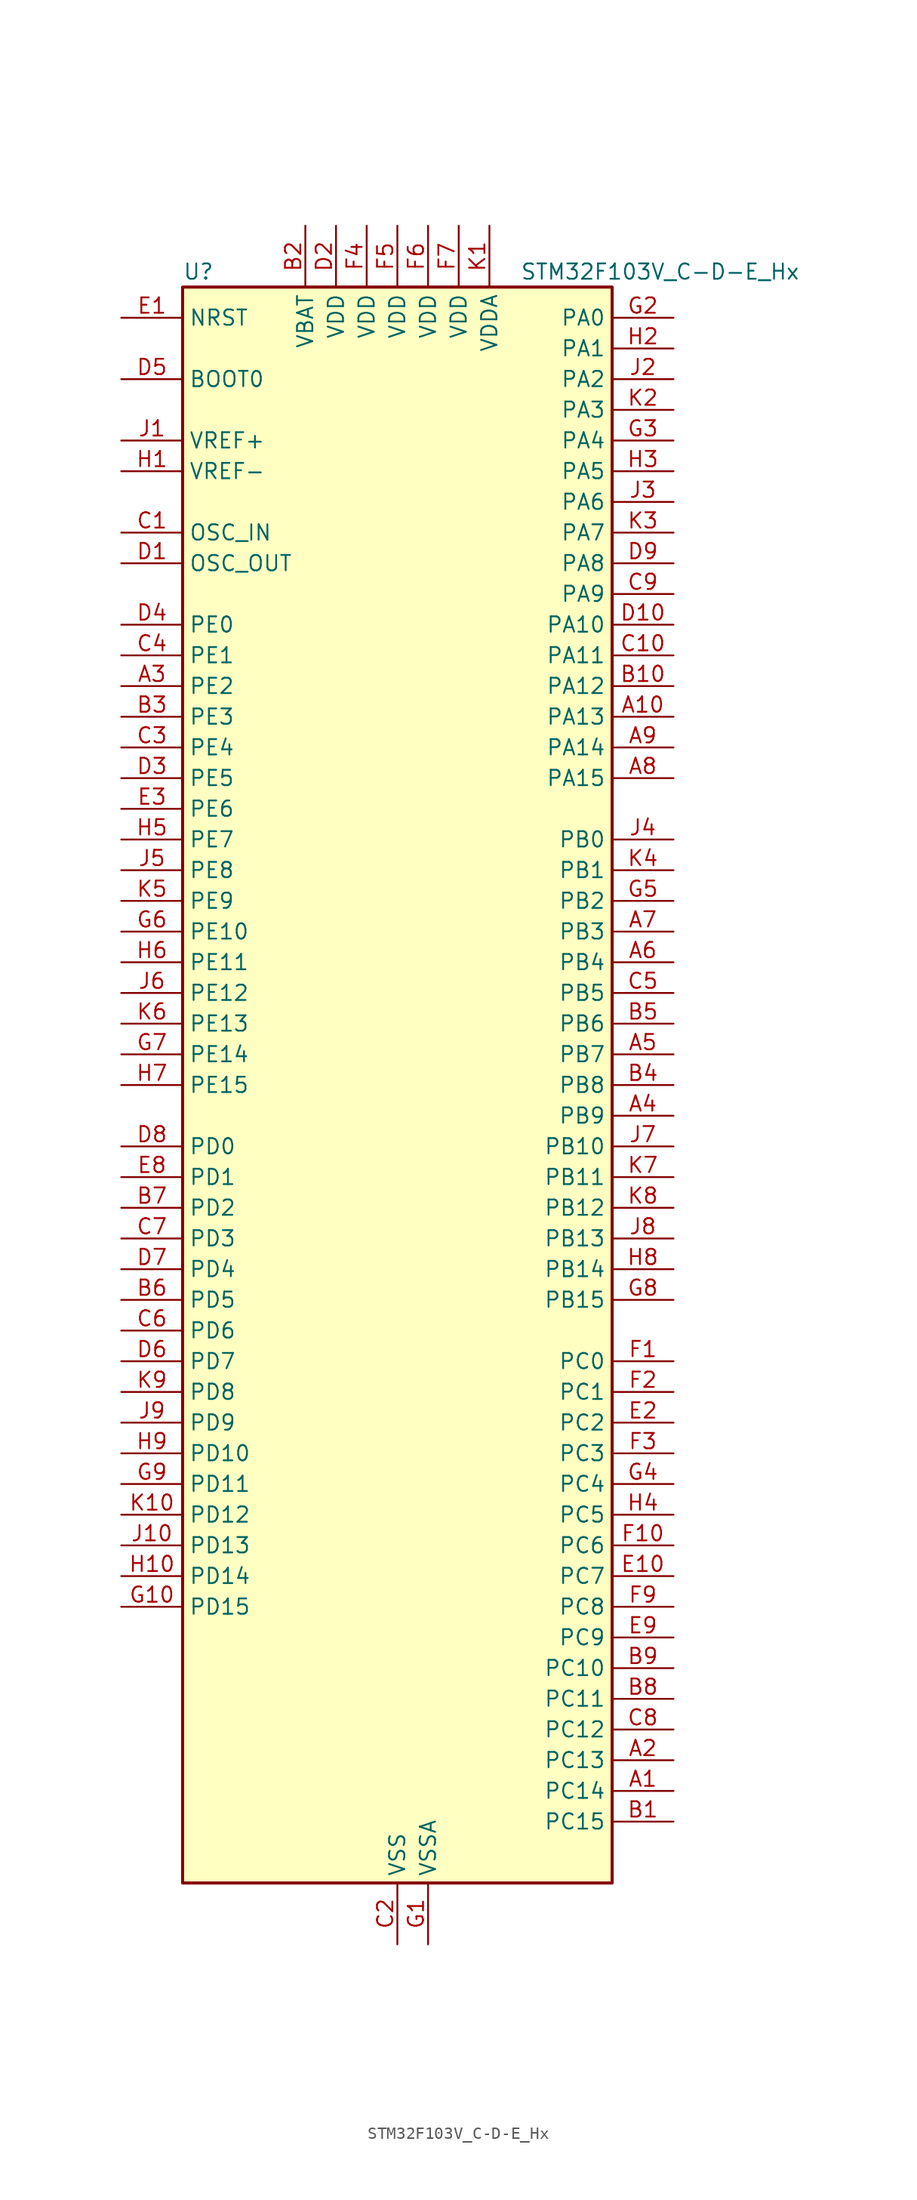
<source format=kicad_sym>
(kicad_symbol_lib
  (version 20220914)
  (generator kicad_symbol_editor)
  (symbol "STM32F103V_C-D-E_Hx"
    (property "Reference" "U"
      (at -17.78 67.31 0)
      (effects (font (size 1.27 1.27)) (justify left)))
    (property "Value" "STM32F103V_C-D-E_Hx"
      (at 10.16 67.31 0)
      (effects (font (size 1.27 1.27)) (justify left)))
    (property "ki_locked" ""
      (at 0 0 0)
      (effects (font (size 1.27 1.27))))
    (symbol "STM32F103V_C-D-E_Hx_0_1"
      (rectangle (start -17.78 -66.04) (end 17.78 66.04) (stroke (width 0.254) (type default)) (fill (type background))))
    (symbol "STM32F103V_C-D-E_Hx_1_1"
      (pin bidirectional line (at 22.86 -58.42 180) (length 5.08) (name "PC14" (effects (font (size 1.27 1.27)))) (number "A1" (effects (font (size 1.27 1.27)))) (alternate "RCC_OSC32_IN" bidirectional line))
      (pin bidirectional line (at 22.86 30.48 180) (length 5.08) (name "PA13" (effects (font (size 1.27 1.27)))) (number "A10" (effects (font (size 1.27 1.27)))) (alternate "SYS_JTMS-SWDIO" bidirectional line))
      (pin bidirectional line (at 22.86 -55.88 180) (length 5.08) (name "PC13" (effects (font (size 1.27 1.27)))) (number "A2" (effects (font (size 1.27 1.27)))) (alternate "RTC_OUT" bidirectional line) (alternate "RTC_TAMPER" bidirectional line))
      (pin bidirectional line (at -22.86 33.02 0) (length 5.08) (name "PE2" (effects (font (size 1.27 1.27)))) (number "A3" (effects (font (size 1.27 1.27)))) (alternate "FSMC_A23" bidirectional line) (alternate "SYS_TRACECLK" bidirectional line))
      (pin bidirectional line (at 22.86 -2.54 180) (length 5.08) (name "PB9" (effects (font (size 1.27 1.27)))) (number "A4" (effects (font (size 1.27 1.27)))) (alternate "CAN_TX" bidirectional line) (alternate "DAC_EXTI9" bidirectional line) (alternate "I2C1_SDA" bidirectional line) (alternate "SDIO_D5" bidirectional line) (alternate "TIM4_CH4" bidirectional line))
      (pin bidirectional line (at 22.86 2.54 180) (length 5.08) (name "PB7" (effects (font (size 1.27 1.27)))) (number "A5" (effects (font (size 1.27 1.27)))) (alternate "FSMC_NL" bidirectional line) (alternate "I2C1_SDA" bidirectional line) (alternate "TIM4_CH2" bidirectional line) (alternate "USART1_RX" bidirectional line))
      (pin bidirectional line (at 22.86 10.16 180) (length 5.08) (name "PB4" (effects (font (size 1.27 1.27)))) (number "A6" (effects (font (size 1.27 1.27)))) (alternate "SPI1_MISO" bidirectional line) (alternate "SPI3_MISO" bidirectional line) (alternate "SYS_NJTRST" bidirectional line) (alternate "TIM3_CH1" bidirectional line))
      (pin bidirectional line (at 22.86 12.7 180) (length 5.08) (name "PB3" (effects (font (size 1.27 1.27)))) (number "A7" (effects (font (size 1.27 1.27)))) (alternate "I2S3_CK" bidirectional line) (alternate "SPI1_SCK" bidirectional line) (alternate "SPI3_SCK" bidirectional line) (alternate "SYS_JTDO-TRACESWO" bidirectional line) (alternate "TIM2_CH2" bidirectional line))
      (pin bidirectional line (at 22.86 25.4 180) (length 5.08) (name "PA15" (effects (font (size 1.27 1.27)))) (number "A8" (effects (font (size 1.27 1.27)))) (alternate "ADC1_EXTI15" bidirectional line) (alternate "ADC2_EXTI15" bidirectional line) (alternate "I2S3_WS" bidirectional line) (alternate "SPI1_NSS" bidirectional line) (alternate "SPI3_NSS" bidirectional line) (alternate "SYS_JTDI" bidirectional line) (alternate "TIM2_CH1" bidirectional line) (alternate "TIM2_ETR" bidirectional line))
      (pin bidirectional line (at 22.86 27.94 180) (length 5.08) (name "PA14" (effects (font (size 1.27 1.27)))) (number "A9" (effects (font (size 1.27 1.27)))) (alternate "SYS_JTCK-SWCLK" bidirectional line))
      (pin bidirectional line (at 22.86 -60.96 180) (length 5.08) (name "PC15" (effects (font (size 1.27 1.27)))) (number "B1" (effects (font (size 1.27 1.27)))) (alternate "ADC1_EXTI15" bidirectional line) (alternate "ADC2_EXTI15" bidirectional line) (alternate "RCC_OSC32_OUT" bidirectional line))
      (pin bidirectional line (at 22.86 33.02 180) (length 5.08) (name "PA12" (effects (font (size 1.27 1.27)))) (number "B10" (effects (font (size 1.27 1.27)))) (alternate "CAN_TX" bidirectional line) (alternate "TIM1_ETR" bidirectional line) (alternate "USART1_RTS" bidirectional line) (alternate "USB_DP" bidirectional line))
      (pin power_in line (at -7.62 71.12 270) (length 5.08) (name "VBAT" (effects (font (size 1.27 1.27)))) (number "B2" (effects (font (size 1.27 1.27)))))
      (pin bidirectional line (at -22.86 30.48 0) (length 5.08) (name "PE3" (effects (font (size 1.27 1.27)))) (number "B3" (effects (font (size 1.27 1.27)))) (alternate "FSMC_A19" bidirectional line) (alternate "SYS_TRACED0" bidirectional line))
      (pin bidirectional line (at 22.86 0 180) (length 5.08) (name "PB8" (effects (font (size 1.27 1.27)))) (number "B4" (effects (font (size 1.27 1.27)))) (alternate "CAN_RX" bidirectional line) (alternate "I2C1_SCL" bidirectional line) (alternate "SDIO_D4" bidirectional line) (alternate "TIM4_CH3" bidirectional line))
      (pin bidirectional line (at 22.86 5.08 180) (length 5.08) (name "PB6" (effects (font (size 1.27 1.27)))) (number "B5" (effects (font (size 1.27 1.27)))) (alternate "I2C1_SCL" bidirectional line) (alternate "TIM4_CH1" bidirectional line) (alternate "USART1_TX" bidirectional line))
      (pin bidirectional line (at -22.86 -17.78 0) (length 5.08) (name "PD5" (effects (font (size 1.27 1.27)))) (number "B6" (effects (font (size 1.27 1.27)))) (alternate "FSMC_NWE" bidirectional line) (alternate "USART2_TX" bidirectional line))
      (pin bidirectional line (at -22.86 -10.16 0) (length 5.08) (name "PD2" (effects (font (size 1.27 1.27)))) (number "B7" (effects (font (size 1.27 1.27)))) (alternate "SDIO_CMD" bidirectional line) (alternate "TIM3_ETR" bidirectional line) (alternate "UART5_RX" bidirectional line))
      (pin bidirectional line (at 22.86 -50.8 180) (length 5.08) (name "PC11" (effects (font (size 1.27 1.27)))) (number "B8" (effects (font (size 1.27 1.27)))) (alternate "ADC1_EXTI11" bidirectional line) (alternate "ADC2_EXTI11" bidirectional line) (alternate "SDIO_D3" bidirectional line) (alternate "UART4_RX" bidirectional line) (alternate "USART3_RX" bidirectional line))
      (pin bidirectional line (at 22.86 -48.26 180) (length 5.08) (name "PC10" (effects (font (size 1.27 1.27)))) (number "B9" (effects (font (size 1.27 1.27)))) (alternate "SDIO_D2" bidirectional line) (alternate "UART4_TX" bidirectional line) (alternate "USART3_TX" bidirectional line))
      (pin input line (at -22.86 45.72 0) (length 5.08) (name "OSC_IN" (effects (font (size 1.27 1.27)))) (number "C1" (effects (font (size 1.27 1.27)))) (alternate "RCC_OSC_IN" bidirectional line))
      (pin bidirectional line (at 22.86 35.56 180) (length 5.08) (name "PA11" (effects (font (size 1.27 1.27)))) (number "C10" (effects (font (size 1.27 1.27)))) (alternate "ADC1_EXTI11" bidirectional line) (alternate "ADC2_EXTI11" bidirectional line) (alternate "CAN_RX" bidirectional line) (alternate "TIM1_CH4" bidirectional line) (alternate "USART1_CTS" bidirectional line) (alternate "USB_DM" bidirectional line))
      (pin power_in line (at 0 -71.12 90) (length 5.08) (name "VSS" (effects (font (size 1.27 1.27)))) (number "C2" (effects (font (size 1.27 1.27)))))
      (pin bidirectional line (at -22.86 27.94 0) (length 5.08) (name "PE4" (effects (font (size 1.27 1.27)))) (number "C3" (effects (font (size 1.27 1.27)))) (alternate "FSMC_A20" bidirectional line) (alternate "SYS_TRACED1" bidirectional line))
      (pin bidirectional line (at -22.86 35.56 0) (length 5.08) (name "PE1" (effects (font (size 1.27 1.27)))) (number "C4" (effects (font (size 1.27 1.27)))) (alternate "FSMC_NBL1" bidirectional line))
      (pin bidirectional line (at 22.86 7.62 180) (length 5.08) (name "PB5" (effects (font (size 1.27 1.27)))) (number "C5" (effects (font (size 1.27 1.27)))) (alternate "I2C1_SMBA" bidirectional line) (alternate "I2S3_SD" bidirectional line) (alternate "SPI1_MOSI" bidirectional line) (alternate "SPI3_MOSI" bidirectional line) (alternate "TIM3_CH2" bidirectional line))
      (pin bidirectional line (at -22.86 -20.32 0) (length 5.08) (name "PD6" (effects (font (size 1.27 1.27)))) (number "C6" (effects (font (size 1.27 1.27)))) (alternate "FSMC_NWAIT" bidirectional line) (alternate "USART2_RX" bidirectional line))
      (pin bidirectional line (at -22.86 -12.7 0) (length 5.08) (name "PD3" (effects (font (size 1.27 1.27)))) (number "C7" (effects (font (size 1.27 1.27)))) (alternate "FSMC_CLK" bidirectional line) (alternate "USART2_CTS" bidirectional line))
      (pin bidirectional line (at 22.86 -53.34 180) (length 5.08) (name "PC12" (effects (font (size 1.27 1.27)))) (number "C8" (effects (font (size 1.27 1.27)))) (alternate "SDIO_CK" bidirectional line) (alternate "UART5_TX" bidirectional line) (alternate "USART3_CK" bidirectional line))
      (pin bidirectional line (at 22.86 40.64 180) (length 5.08) (name "PA9" (effects (font (size 1.27 1.27)))) (number "C9" (effects (font (size 1.27 1.27)))) (alternate "DAC_EXTI9" bidirectional line) (alternate "TIM1_CH2" bidirectional line) (alternate "USART1_TX" bidirectional line))
      (pin input line (at -22.86 43.18 0) (length 5.08) (name "OSC_OUT" (effects (font (size 1.27 1.27)))) (number "D1" (effects (font (size 1.27 1.27)))) (alternate "RCC_OSC_OUT" bidirectional line))
      (pin bidirectional line (at 22.86 38.1 180) (length 5.08) (name "PA10" (effects (font (size 1.27 1.27)))) (number "D10" (effects (font (size 1.27 1.27)))) (alternate "TIM1_CH3" bidirectional line) (alternate "USART1_RX" bidirectional line))
      (pin power_in line (at -5.08 71.12 270) (length 5.08) (name "VDD" (effects (font (size 1.27 1.27)))) (number "D2" (effects (font (size 1.27 1.27)))))
      (pin bidirectional line (at -22.86 25.4 0) (length 5.08) (name "PE5" (effects (font (size 1.27 1.27)))) (number "D3" (effects (font (size 1.27 1.27)))) (alternate "FSMC_A21" bidirectional line) (alternate "SYS_TRACED2" bidirectional line))
      (pin bidirectional line (at -22.86 38.1 0) (length 5.08) (name "PE0" (effects (font (size 1.27 1.27)))) (number "D4" (effects (font (size 1.27 1.27)))) (alternate "FSMC_NBL0" bidirectional line) (alternate "TIM4_ETR" bidirectional line))
      (pin input line (at -22.86 58.42 0) (length 5.08) (name "BOOT0" (effects (font (size 1.27 1.27)))) (number "D5" (effects (font (size 1.27 1.27)))))
      (pin bidirectional line (at -22.86 -22.86 0) (length 5.08) (name "PD7" (effects (font (size 1.27 1.27)))) (number "D6" (effects (font (size 1.27 1.27)))) (alternate "FSMC_NCE2" bidirectional line) (alternate "FSMC_NE1" bidirectional line) (alternate "USART2_CK" bidirectional line))
      (pin bidirectional line (at -22.86 -15.24 0) (length 5.08) (name "PD4" (effects (font (size 1.27 1.27)))) (number "D7" (effects (font (size 1.27 1.27)))) (alternate "FSMC_NOE" bidirectional line) (alternate "USART2_RTS" bidirectional line))
      (pin bidirectional line (at -22.86 -5.08 0) (length 5.08) (name "PD0" (effects (font (size 1.27 1.27)))) (number "D8" (effects (font (size 1.27 1.27)))) (alternate "CAN_RX" bidirectional line) (alternate "FSMC_D2" bidirectional line) (alternate "FSMC_DA2" bidirectional line))
      (pin bidirectional line (at 22.86 43.18 180) (length 5.08) (name "PA8" (effects (font (size 1.27 1.27)))) (number "D9" (effects (font (size 1.27 1.27)))) (alternate "RCC_MCO" bidirectional line) (alternate "TIM1_CH1" bidirectional line) (alternate "USART1_CK" bidirectional line))
      (pin input line (at -22.86 63.5 0) (length 5.08) (name "NRST" (effects (font (size 1.27 1.27)))) (number "E1" (effects (font (size 1.27 1.27)))))
      (pin bidirectional line (at 22.86 -40.64 180) (length 5.08) (name "PC7" (effects (font (size 1.27 1.27)))) (number "E10" (effects (font (size 1.27 1.27)))) (alternate "I2S3_MCK" bidirectional line) (alternate "SDIO_D7" bidirectional line) (alternate "TIM3_CH2" bidirectional line) (alternate "TIM8_CH2" bidirectional line))
      (pin bidirectional line (at 22.86 -27.94 180) (length 5.08) (name "PC2" (effects (font (size 1.27 1.27)))) (number "E2" (effects (font (size 1.27 1.27)))) (alternate "ADC1_IN12" bidirectional line) (alternate "ADC2_IN12" bidirectional line) (alternate "ADC3_IN12" bidirectional line))
      (pin bidirectional line (at -22.86 22.86 0) (length 5.08) (name "PE6" (effects (font (size 1.27 1.27)))) (number "E3" (effects (font (size 1.27 1.27)))) (alternate "FSMC_A22" bidirectional line) (alternate "SYS_TRACED3" bidirectional line))
      (pin passive line (at 0 -71.12 90) (length 5.08) hide (name "VSS" (effects (font (size 1.27 1.27)))) (number "E4" (effects (font (size 1.27 1.27)))))
      (pin passive line (at 0 -71.12 90) (length 5.08) hide (name "VSS" (effects (font (size 1.27 1.27)))) (number "E5" (effects (font (size 1.27 1.27)))))
      (pin passive line (at 0 -71.12 90) (length 5.08) hide (name "VSS" (effects (font (size 1.27 1.27)))) (number "E6" (effects (font (size 1.27 1.27)))))
      (pin passive line (at 0 -71.12 90) (length 5.08) hide (name "VSS" (effects (font (size 1.27 1.27)))) (number "E7" (effects (font (size 1.27 1.27)))))
      (pin bidirectional line (at -22.86 -7.62 0) (length 5.08) (name "PD1" (effects (font (size 1.27 1.27)))) (number "E8" (effects (font (size 1.27 1.27)))) (alternate "CAN_TX" bidirectional line) (alternate "FSMC_D3" bidirectional line) (alternate "FSMC_DA3" bidirectional line))
      (pin bidirectional line (at 22.86 -45.72 180) (length 5.08) (name "PC9" (effects (font (size 1.27 1.27)))) (number "E9" (effects (font (size 1.27 1.27)))) (alternate "DAC_EXTI9" bidirectional line) (alternate "SDIO_D1" bidirectional line) (alternate "TIM3_CH4" bidirectional line) (alternate "TIM8_CH4" bidirectional line))
      (pin bidirectional line (at 22.86 -22.86 180) (length 5.08) (name "PC0" (effects (font (size 1.27 1.27)))) (number "F1" (effects (font (size 1.27 1.27)))) (alternate "ADC1_IN10" bidirectional line) (alternate "ADC2_IN10" bidirectional line) (alternate "ADC3_IN10" bidirectional line))
      (pin bidirectional line (at 22.86 -38.1 180) (length 5.08) (name "PC6" (effects (font (size 1.27 1.27)))) (number "F10" (effects (font (size 1.27 1.27)))) (alternate "I2S2_MCK" bidirectional line) (alternate "SDIO_D6" bidirectional line) (alternate "TIM3_CH1" bidirectional line) (alternate "TIM8_CH1" bidirectional line))
      (pin bidirectional line (at 22.86 -25.4 180) (length 5.08) (name "PC1" (effects (font (size 1.27 1.27)))) (number "F2" (effects (font (size 1.27 1.27)))) (alternate "ADC1_IN11" bidirectional line) (alternate "ADC2_IN11" bidirectional line) (alternate "ADC3_IN11" bidirectional line))
      (pin bidirectional line (at 22.86 -30.48 180) (length 5.08) (name "PC3" (effects (font (size 1.27 1.27)))) (number "F3" (effects (font (size 1.27 1.27)))) (alternate "ADC1_IN13" bidirectional line) (alternate "ADC2_IN13" bidirectional line) (alternate "ADC3_IN13" bidirectional line))
      (pin power_in line (at -2.54 71.12 270) (length 5.08) (name "VDD" (effects (font (size 1.27 1.27)))) (number "F4" (effects (font (size 1.27 1.27)))))
      (pin power_in line (at 0 71.12 270) (length 5.08) (name "VDD" (effects (font (size 1.27 1.27)))) (number "F5" (effects (font (size 1.27 1.27)))))
      (pin power_in line (at 2.54 71.12 270) (length 5.08) (name "VDD" (effects (font (size 1.27 1.27)))) (number "F6" (effects (font (size 1.27 1.27)))))
      (pin power_in line (at 5.08 71.12 270) (length 5.08) (name "VDD" (effects (font (size 1.27 1.27)))) (number "F7" (effects (font (size 1.27 1.27)))))
      (pin no_connect line (at -17.78 -66.04 0) (length 5.08) hide (name "NC" (effects (font (size 1.27 1.27)))) (number "F8" (effects (font (size 1.27 1.27)))))
      (pin bidirectional line (at 22.86 -43.18 180) (length 5.08) (name "PC8" (effects (font (size 1.27 1.27)))) (number "F9" (effects (font (size 1.27 1.27)))) (alternate "SDIO_D0" bidirectional line) (alternate "TIM3_CH3" bidirectional line) (alternate "TIM8_CH3" bidirectional line))
      (pin power_in line (at 2.54 -71.12 90) (length 5.08) (name "VSSA" (effects (font (size 1.27 1.27)))) (number "G1" (effects (font (size 1.27 1.27)))))
      (pin bidirectional line (at -22.86 -43.18 0) (length 5.08) (name "PD15" (effects (font (size 1.27 1.27)))) (number "G10" (effects (font (size 1.27 1.27)))) (alternate "ADC1_EXTI15" bidirectional line) (alternate "ADC2_EXTI15" bidirectional line) (alternate "FSMC_D1" bidirectional line) (alternate "FSMC_DA1" bidirectional line) (alternate "TIM4_CH4" bidirectional line))
      (pin bidirectional line (at 22.86 63.5 180) (length 5.08) (name "PA0" (effects (font (size 1.27 1.27)))) (number "G2" (effects (font (size 1.27 1.27)))) (alternate "ADC1_IN0" bidirectional line) (alternate "ADC2_IN0" bidirectional line) (alternate "ADC3_IN0" bidirectional line) (alternate "SYS_WKUP" bidirectional line) (alternate "TIM2_CH1" bidirectional line) (alternate "TIM2_ETR" bidirectional line) (alternate "TIM5_CH1" bidirectional line) (alternate "TIM8_ETR" bidirectional line) (alternate "USART2_CTS" bidirectional line))
      (pin bidirectional line (at 22.86 53.34 180) (length 5.08) (name "PA4" (effects (font (size 1.27 1.27)))) (number "G3" (effects (font (size 1.27 1.27)))) (alternate "ADC1_IN4" bidirectional line) (alternate "ADC2_IN4" bidirectional line) (alternate "DAC_OUT1" bidirectional line) (alternate "SPI1_NSS" bidirectional line) (alternate "USART2_CK" bidirectional line))
      (pin bidirectional line (at 22.86 -33.02 180) (length 5.08) (name "PC4" (effects (font (size 1.27 1.27)))) (number "G4" (effects (font (size 1.27 1.27)))) (alternate "ADC1_IN14" bidirectional line) (alternate "ADC2_IN14" bidirectional line))
      (pin bidirectional line (at 22.86 15.24 180) (length 5.08) (name "PB2" (effects (font (size 1.27 1.27)))) (number "G5" (effects (font (size 1.27 1.27)))))
      (pin bidirectional line (at -22.86 12.7 0) (length 5.08) (name "PE10" (effects (font (size 1.27 1.27)))) (number "G6" (effects (font (size 1.27 1.27)))) (alternate "FSMC_D7" bidirectional line) (alternate "FSMC_DA7" bidirectional line) (alternate "TIM1_CH2N" bidirectional line))
      (pin bidirectional line (at -22.86 2.54 0) (length 5.08) (name "PE14" (effects (font (size 1.27 1.27)))) (number "G7" (effects (font (size 1.27 1.27)))) (alternate "FSMC_D11" bidirectional line) (alternate "FSMC_DA11" bidirectional line) (alternate "TIM1_CH4" bidirectional line))
      (pin bidirectional line (at 22.86 -17.78 180) (length 5.08) (name "PB15" (effects (font (size 1.27 1.27)))) (number "G8" (effects (font (size 1.27 1.27)))) (alternate "ADC1_EXTI15" bidirectional line) (alternate "ADC2_EXTI15" bidirectional line) (alternate "I2S2_SD" bidirectional line) (alternate "SPI2_MOSI" bidirectional line) (alternate "TIM1_CH3N" bidirectional line))
      (pin bidirectional line (at -22.86 -33.02 0) (length 5.08) (name "PD11" (effects (font (size 1.27 1.27)))) (number "G9" (effects (font (size 1.27 1.27)))) (alternate "ADC1_EXTI11" bidirectional line) (alternate "ADC2_EXTI11" bidirectional line) (alternate "FSMC_A16" bidirectional line) (alternate "FSMC_CLE" bidirectional line) (alternate "USART3_CTS" bidirectional line))
      (pin input line (at -22.86 50.8 0) (length 5.08) (name "VREF-" (effects (font (size 1.27 1.27)))) (number "H1" (effects (font (size 1.27 1.27)))))
      (pin bidirectional line (at -22.86 -40.64 0) (length 5.08) (name "PD14" (effects (font (size 1.27 1.27)))) (number "H10" (effects (font (size 1.27 1.27)))) (alternate "FSMC_D0" bidirectional line) (alternate "FSMC_DA0" bidirectional line) (alternate "TIM4_CH3" bidirectional line))
      (pin bidirectional line (at 22.86 60.96 180) (length 5.08) (name "PA1" (effects (font (size 1.27 1.27)))) (number "H2" (effects (font (size 1.27 1.27)))) (alternate "ADC1_IN1" bidirectional line) (alternate "ADC2_IN1" bidirectional line) (alternate "ADC3_IN1" bidirectional line) (alternate "TIM2_CH2" bidirectional line) (alternate "TIM5_CH2" bidirectional line) (alternate "USART2_RTS" bidirectional line))
      (pin bidirectional line (at 22.86 50.8 180) (length 5.08) (name "PA5" (effects (font (size 1.27 1.27)))) (number "H3" (effects (font (size 1.27 1.27)))) (alternate "ADC1_IN5" bidirectional line) (alternate "ADC2_IN5" bidirectional line) (alternate "DAC_OUT2" bidirectional line) (alternate "SPI1_SCK" bidirectional line))
      (pin bidirectional line (at 22.86 -35.56 180) (length 5.08) (name "PC5" (effects (font (size 1.27 1.27)))) (number "H4" (effects (font (size 1.27 1.27)))) (alternate "ADC1_IN15" bidirectional line) (alternate "ADC2_IN15" bidirectional line))
      (pin bidirectional line (at -22.86 20.32 0) (length 5.08) (name "PE7" (effects (font (size 1.27 1.27)))) (number "H5" (effects (font (size 1.27 1.27)))) (alternate "FSMC_D4" bidirectional line) (alternate "FSMC_DA4" bidirectional line) (alternate "TIM1_ETR" bidirectional line))
      (pin bidirectional line (at -22.86 10.16 0) (length 5.08) (name "PE11" (effects (font (size 1.27 1.27)))) (number "H6" (effects (font (size 1.27 1.27)))) (alternate "ADC1_EXTI11" bidirectional line) (alternate "ADC2_EXTI11" bidirectional line) (alternate "FSMC_D8" bidirectional line) (alternate "FSMC_DA8" bidirectional line) (alternate "TIM1_CH2" bidirectional line))
      (pin bidirectional line (at -22.86 0 0) (length 5.08) (name "PE15" (effects (font (size 1.27 1.27)))) (number "H7" (effects (font (size 1.27 1.27)))) (alternate "ADC1_EXTI15" bidirectional line) (alternate "ADC2_EXTI15" bidirectional line) (alternate "FSMC_D12" bidirectional line) (alternate "FSMC_DA12" bidirectional line) (alternate "TIM1_BKIN" bidirectional line))
      (pin bidirectional line (at 22.86 -15.24 180) (length 5.08) (name "PB14" (effects (font (size 1.27 1.27)))) (number "H8" (effects (font (size 1.27 1.27)))) (alternate "SPI2_MISO" bidirectional line) (alternate "TIM1_CH2N" bidirectional line) (alternate "USART3_RTS" bidirectional line))
      (pin bidirectional line (at -22.86 -30.48 0) (length 5.08) (name "PD10" (effects (font (size 1.27 1.27)))) (number "H9" (effects (font (size 1.27 1.27)))) (alternate "FSMC_D15" bidirectional line) (alternate "FSMC_DA15" bidirectional line) (alternate "USART3_CK" bidirectional line))
      (pin input line (at -22.86 53.34 0) (length 5.08) (name "VREF+" (effects (font (size 1.27 1.27)))) (number "J1" (effects (font (size 1.27 1.27)))))
      (pin bidirectional line (at -22.86 -38.1 0) (length 5.08) (name "PD13" (effects (font (size 1.27 1.27)))) (number "J10" (effects (font (size 1.27 1.27)))) (alternate "FSMC_A18" bidirectional line) (alternate "TIM4_CH2" bidirectional line))
      (pin bidirectional line (at 22.86 58.42 180) (length 5.08) (name "PA2" (effects (font (size 1.27 1.27)))) (number "J2" (effects (font (size 1.27 1.27)))) (alternate "ADC1_IN2" bidirectional line) (alternate "ADC2_IN2" bidirectional line) (alternate "ADC3_IN2" bidirectional line) (alternate "TIM2_CH3" bidirectional line) (alternate "TIM5_CH3" bidirectional line) (alternate "USART2_TX" bidirectional line))
      (pin bidirectional line (at 22.86 48.26 180) (length 5.08) (name "PA6" (effects (font (size 1.27 1.27)))) (number "J3" (effects (font (size 1.27 1.27)))) (alternate "ADC1_IN6" bidirectional line) (alternate "ADC2_IN6" bidirectional line) (alternate "SPI1_MISO" bidirectional line) (alternate "TIM1_BKIN" bidirectional line) (alternate "TIM3_CH1" bidirectional line) (alternate "TIM8_BKIN" bidirectional line))
      (pin bidirectional line (at 22.86 20.32 180) (length 5.08) (name "PB0" (effects (font (size 1.27 1.27)))) (number "J4" (effects (font (size 1.27 1.27)))) (alternate "ADC1_IN8" bidirectional line) (alternate "ADC2_IN8" bidirectional line) (alternate "TIM1_CH2N" bidirectional line) (alternate "TIM3_CH3" bidirectional line) (alternate "TIM8_CH2N" bidirectional line))
      (pin bidirectional line (at -22.86 17.78 0) (length 5.08) (name "PE8" (effects (font (size 1.27 1.27)))) (number "J5" (effects (font (size 1.27 1.27)))) (alternate "FSMC_D5" bidirectional line) (alternate "FSMC_DA5" bidirectional line) (alternate "TIM1_CH1N" bidirectional line))
      (pin bidirectional line (at -22.86 7.62 0) (length 5.08) (name "PE12" (effects (font (size 1.27 1.27)))) (number "J6" (effects (font (size 1.27 1.27)))) (alternate "FSMC_D9" bidirectional line) (alternate "FSMC_DA9" bidirectional line) (alternate "TIM1_CH3N" bidirectional line))
      (pin bidirectional line (at 22.86 -5.08 180) (length 5.08) (name "PB10" (effects (font (size 1.27 1.27)))) (number "J7" (effects (font (size 1.27 1.27)))) (alternate "I2C2_SCL" bidirectional line) (alternate "TIM2_CH3" bidirectional line) (alternate "USART3_TX" bidirectional line))
      (pin bidirectional line (at 22.86 -12.7 180) (length 5.08) (name "PB13" (effects (font (size 1.27 1.27)))) (number "J8" (effects (font (size 1.27 1.27)))) (alternate "I2S2_CK" bidirectional line) (alternate "SPI2_SCK" bidirectional line) (alternate "TIM1_CH1N" bidirectional line) (alternate "USART3_CTS" bidirectional line))
      (pin bidirectional line (at -22.86 -27.94 0) (length 5.08) (name "PD9" (effects (font (size 1.27 1.27)))) (number "J9" (effects (font (size 1.27 1.27)))) (alternate "DAC_EXTI9" bidirectional line) (alternate "FSMC_D14" bidirectional line) (alternate "FSMC_DA14" bidirectional line) (alternate "USART3_RX" bidirectional line))
      (pin power_in line (at 7.62 71.12 270) (length 5.08) (name "VDDA" (effects (font (size 1.27 1.27)))) (number "K1" (effects (font (size 1.27 1.27)))))
      (pin bidirectional line (at -22.86 -35.56 0) (length 5.08) (name "PD12" (effects (font (size 1.27 1.27)))) (number "K10" (effects (font (size 1.27 1.27)))) (alternate "FSMC_A17" bidirectional line) (alternate "FSMC_ALE" bidirectional line) (alternate "TIM4_CH1" bidirectional line) (alternate "USART3_RTS" bidirectional line))
      (pin bidirectional line (at 22.86 55.88 180) (length 5.08) (name "PA3" (effects (font (size 1.27 1.27)))) (number "K2" (effects (font (size 1.27 1.27)))) (alternate "ADC1_IN3" bidirectional line) (alternate "ADC2_IN3" bidirectional line) (alternate "ADC3_IN3" bidirectional line) (alternate "TIM2_CH4" bidirectional line) (alternate "TIM5_CH4" bidirectional line) (alternate "USART2_RX" bidirectional line))
      (pin bidirectional line (at 22.86 45.72 180) (length 5.08) (name "PA7" (effects (font (size 1.27 1.27)))) (number "K3" (effects (font (size 1.27 1.27)))) (alternate "ADC1_IN7" bidirectional line) (alternate "ADC2_IN7" bidirectional line) (alternate "SPI1_MOSI" bidirectional line) (alternate "TIM1_CH1N" bidirectional line) (alternate "TIM3_CH2" bidirectional line) (alternate "TIM8_CH1N" bidirectional line))
      (pin bidirectional line (at 22.86 17.78 180) (length 5.08) (name "PB1" (effects (font (size 1.27 1.27)))) (number "K4" (effects (font (size 1.27 1.27)))) (alternate "ADC1_IN9" bidirectional line) (alternate "ADC2_IN9" bidirectional line) (alternate "TIM1_CH3N" bidirectional line) (alternate "TIM3_CH4" bidirectional line) (alternate "TIM8_CH3N" bidirectional line))
      (pin bidirectional line (at -22.86 15.24 0) (length 5.08) (name "PE9" (effects (font (size 1.27 1.27)))) (number "K5" (effects (font (size 1.27 1.27)))) (alternate "DAC_EXTI9" bidirectional line) (alternate "FSMC_D6" bidirectional line) (alternate "FSMC_DA6" bidirectional line) (alternate "TIM1_CH1" bidirectional line))
      (pin bidirectional line (at -22.86 5.08 0) (length 5.08) (name "PE13" (effects (font (size 1.27 1.27)))) (number "K6" (effects (font (size 1.27 1.27)))) (alternate "FSMC_D10" bidirectional line) (alternate "FSMC_DA10" bidirectional line) (alternate "TIM1_CH3" bidirectional line))
      (pin bidirectional line (at 22.86 -7.62 180) (length 5.08) (name "PB11" (effects (font (size 1.27 1.27)))) (number "K7" (effects (font (size 1.27 1.27)))) (alternate "ADC1_EXTI11" bidirectional line) (alternate "ADC2_EXTI11" bidirectional line) (alternate "I2C2_SDA" bidirectional line) (alternate "TIM2_CH4" bidirectional line) (alternate "USART3_RX" bidirectional line))
      (pin bidirectional line (at 22.86 -10.16 180) (length 5.08) (name "PB12" (effects (font (size 1.27 1.27)))) (number "K8" (effects (font (size 1.27 1.27)))) (alternate "I2C2_SMBA" bidirectional line) (alternate "I2S2_WS" bidirectional line) (alternate "SPI2_NSS" bidirectional line) (alternate "TIM1_BKIN" bidirectional line) (alternate "USART3_CK" bidirectional line))
      (pin bidirectional line (at -22.86 -25.4 0) (length 5.08) (name "PD8" (effects (font (size 1.27 1.27)))) (number "K9" (effects (font (size 1.27 1.27)))) (alternate "FSMC_D13" bidirectional line) (alternate "FSMC_DA13" bidirectional line) (alternate "USART3_TX" bidirectional line)))))
</source>
